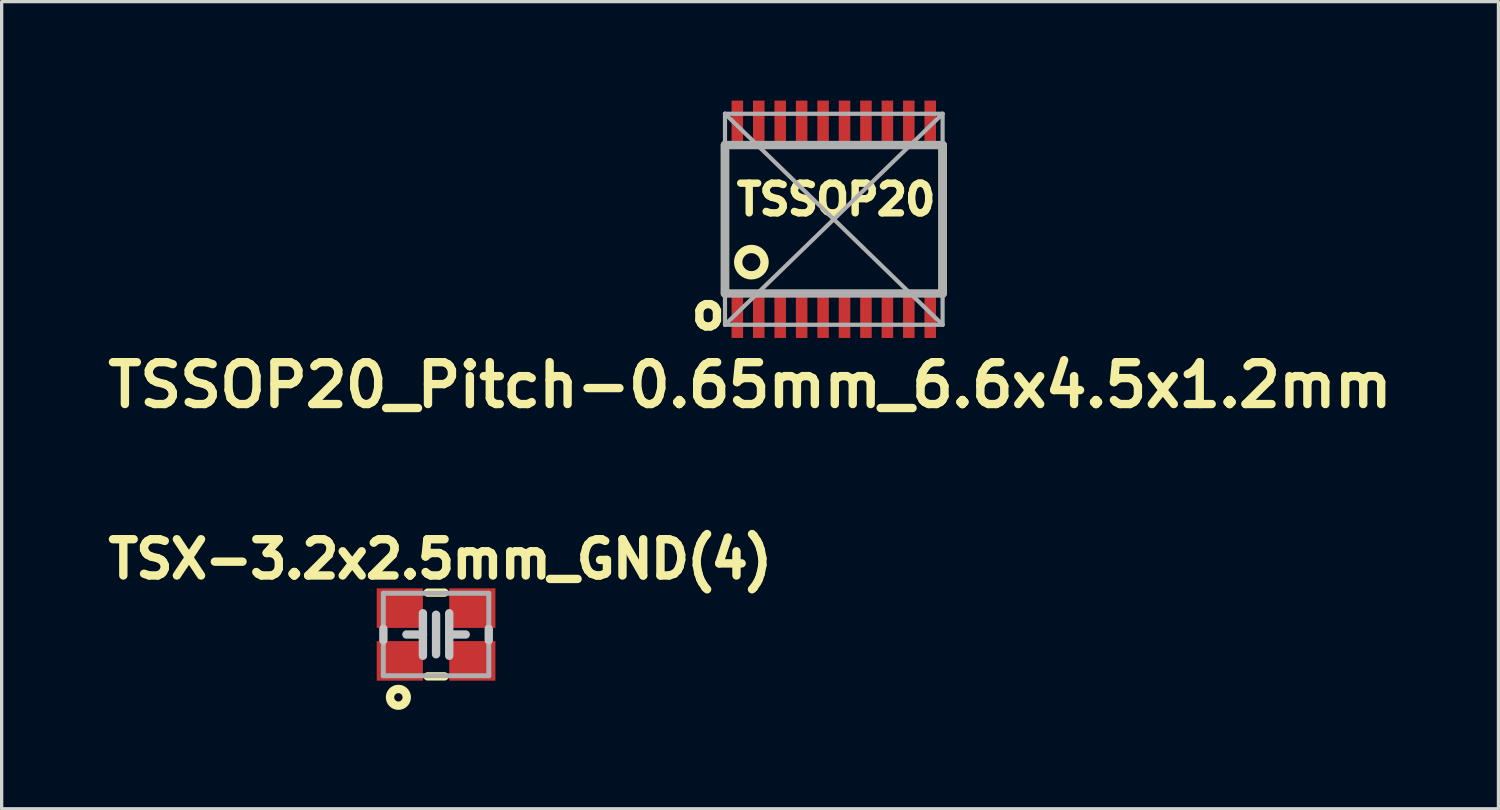
<source format=kicad_pcb>
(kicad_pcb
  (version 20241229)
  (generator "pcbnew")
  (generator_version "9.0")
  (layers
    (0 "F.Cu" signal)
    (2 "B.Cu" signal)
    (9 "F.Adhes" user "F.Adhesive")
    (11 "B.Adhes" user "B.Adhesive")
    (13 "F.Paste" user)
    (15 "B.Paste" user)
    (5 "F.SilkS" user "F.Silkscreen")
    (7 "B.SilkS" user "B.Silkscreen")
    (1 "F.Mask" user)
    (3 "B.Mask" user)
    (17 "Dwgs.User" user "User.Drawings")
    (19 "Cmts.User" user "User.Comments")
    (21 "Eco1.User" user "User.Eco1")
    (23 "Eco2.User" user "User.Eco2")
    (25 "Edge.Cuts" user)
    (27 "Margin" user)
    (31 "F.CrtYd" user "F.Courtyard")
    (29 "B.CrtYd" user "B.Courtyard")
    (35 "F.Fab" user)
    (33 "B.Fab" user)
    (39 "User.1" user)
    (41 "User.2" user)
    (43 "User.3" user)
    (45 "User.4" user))
  (footprint "TSSOP20_Pitch-0.65mm_6.6x4.5x1.2mm"
    (layer "F.Cu")
    (at 22.237 3.6)
    (property "Reference" "TSSOP20_Pitch-0.65mm_6.6x4.5x1.2mm" (at -2.54 5.029 0) (layer "F.SilkS") (effects (font (size 1.27 1.27) (thickness 0.254))))
    (attr smd)
    (fp_line (start -3.3 -2.25) (end -3.3 2.25) (stroke (width 0.254) (type solid)) (layer "F.SilkS"))
    (fp_line (start 3.3 -2.25) (end 3.3 2.25) (stroke (width 0.254) (type solid)) (layer "F.SilkS"))
    (fp_circle (center -2.5 1.3) (end -2.1 1.3) (stroke (width 0.254) (type solid)) (fill no) (layer "F.SilkS"))
    (fp_line (start -3.3 -3.2) (end 3.3 -3.2) (stroke (width 0.127) (type solid)) (layer "F.Fab"))
    (fp_line (start -3.3 -3.2) (end 3.3 3.2) (stroke (width 0.127) (type solid)) (layer "F.Fab"))
    (fp_line (start -3.3 -2.25) (end -3.3 -3.2) (stroke (width 0.127) (type solid)) (layer "F.Fab"))
    (fp_line (start -3.3 -2.25) (end 3.3 -2.25) (stroke (width 0.254) (type solid)) (layer "F.Fab"))
    (fp_line (start -3.3 2.25) (end -3.3 -2.25) (stroke (width 0.254) (type solid)) (layer "F.Fab"))
    (fp_line (start -3.3 3.2) (end -3.3 2.25) (stroke (width 0.127) (type solid)) (layer "F.Fab"))
    (fp_line (start 3.3 -3.2) (end -3.3 3.2) (stroke (width 0.127) (type solid)) (layer "F.Fab"))
    (fp_line (start 3.3 -3.2) (end 3.3 -2.25) (stroke (width 0.127) (type solid)) (layer "F.Fab"))
    (fp_line (start 3.3 -2.25) (end 3.3 2.25) (stroke (width 0.254) (type solid)) (layer "F.Fab"))
    (fp_line (start 3.3 2.25) (end -3.3 2.25) (stroke (width 0.254) (type solid)) (layer "F.Fab"))
    (fp_line (start 3.3 2.25) (end 3.3 3.2) (stroke (width 0.127) (type solid)) (layer "F.Fab"))
    (fp_line (start 3.3 3.2) (end -3.3 3.2) (stroke (width 0.127) (type solid)) (layer "F.Fab"))
    (fp_text user "o" (at -3.81 2.794 0) (layer "F.SilkS") (effects (font (size 1.016 1.016) (thickness 0.254))))
    (fp_text user "TSSOP20" (at 0.07 -0.6 0) (layer "F.SilkS") (effects (font (size 0.9 0.9) (thickness 0.225))))
    (pad "1" smd rect (at -2.925 2.9) (size 0.35 1.4) (layers "F.Cu" "F.Mask" "F.Paste"))
    (pad "2" smd rect (at -2.275 2.9) (size 0.35 1.4) (layers "F.Cu" "F.Mask" "F.Paste"))
    (pad "3" smd rect (at -1.625 2.9) (size 0.35 1.4) (layers "F.Cu" "F.Mask" "F.Paste"))
    (pad "4" smd rect (at -0.975 2.9) (size 0.35 1.4) (layers "F.Cu" "F.Mask" "F.Paste"))
    (pad "5" smd rect (at -0.325 2.9) (size 0.35 1.4) (layers "F.Cu" "F.Mask" "F.Paste"))
    (pad "6" smd rect (at 0.325 2.9) (size 0.35 1.4) (layers "F.Cu" "F.Mask" "F.Paste"))
    (pad "7" smd rect (at 0.975 2.9) (size 0.35 1.4) (layers "F.Cu" "F.Mask" "F.Paste"))
    (pad "8" smd rect (at 1.625 2.9) (size 0.35 1.4) (layers "F.Cu" "F.Mask" "F.Paste"))
    (pad "9" smd rect (at 2.275 2.9) (size 0.35 1.4) (layers "F.Cu" "F.Mask" "F.Paste"))
    (pad "10" smd rect (at 2.925 2.9) (size 0.35 1.4) (layers "F.Cu" "F.Mask" "F.Paste"))
    (pad "11" smd rect (at 2.925 -2.9) (size 0.35 1.4) (layers "F.Cu" "F.Mask" "F.Paste"))
    (pad "12" smd rect (at 2.275 -2.9) (size 0.35 1.4) (layers "F.Cu" "F.Mask" "F.Paste"))
    (pad "13" smd rect (at 1.625 -2.9) (size 0.35 1.4) (layers "F.Cu" "F.Mask" "F.Paste"))
    (pad "14" smd rect (at 0.975 -2.9) (size 0.35 1.4) (layers "F.Cu" "F.Mask" "F.Paste"))
    (pad "15" smd rect (at 0.325 -2.9) (size 0.35 1.4) (layers "F.Cu" "F.Mask" "F.Paste"))
    (pad "16" smd rect (at -0.325 -2.9) (size 0.35 1.4) (layers "F.Cu" "F.Mask" "F.Paste"))
    (pad "17" smd rect (at -0.975 -2.9) (size 0.35 1.4) (layers "F.Cu" "F.Mask" "F.Paste"))
    (pad "18" smd rect (at -1.625 -2.9) (size 0.35 1.4) (layers "F.Cu" "F.Mask" "F.Paste"))
    (pad "19" smd rect (at -2.275 -2.9) (size 0.35 1.4) (layers "F.Cu" "F.Mask" "F.Paste"))
    (pad "20" smd rect (at -2.925 -2.9) (size 0.35 1.4) (layers "F.Cu" "F.Mask" "F.Paste")))
  (footprint "TSX-3.2x2.5mm_GND(4)"
    (layer "F.Cu")
    (at 10.175 16.193)
    (property "Reference" "TSX-3.2x2.5mm_GND(4)" (at 0.127 -2.286 0) (layer "F.SilkS") (effects (font (size 1.1 1.1) (thickness 0.254))))
    (attr smd)
    (fp_line (start 0.254 -1.27) (end -0.254 -1.27) (stroke (width 0.254) (type solid)) (layer "F.SilkS"))
    (fp_line (start 0.254 1.27) (end -0.254 1.27) (stroke (width 0.254) (type solid)) (layer "F.SilkS"))
    (fp_circle (center -1.143 1.905) (end -1.143 2.159) (stroke (width 0.254) (type solid)) (fill no) (layer "F.SilkS"))
    (fp_line (start -1.598 0.173) (end -1.598 -0.173) (stroke (width 0.254) (type solid)) (layer "Dwgs.User"))
    (fp_line (start -0.399 -0.645) (end -0.399 0) (stroke (width 0.254) (type solid)) (layer "Dwgs.User"))
    (fp_line (start -0.399 0) (end -0.899 0) (stroke (width 0.254) (type solid)) (layer "Dwgs.User"))
    (fp_line (start -0.399 0) (end -0.399 0.645) (stroke (width 0.254) (type solid)) (layer "Dwgs.User"))
    (fp_line (start 0 0.599) (end 0 -0.599) (stroke (width 0.254) (type solid)) (layer "Dwgs.User"))
    (fp_line (start 0.399 -0.645) (end 0.399 0) (stroke (width 0.254) (type solid)) (layer "Dwgs.User"))
    (fp_line (start 0.399 0) (end 0.399 0.645) (stroke (width 0.254) (type solid)) (layer "Dwgs.User"))
    (fp_line (start 0.399 0) (end 0.899 0) (stroke (width 0.254) (type solid)) (layer "Dwgs.User"))
    (fp_line (start 1.598 -0.173) (end 1.598 0.173) (stroke (width 0.254) (type solid)) (layer "Dwgs.User"))
    (fp_line (start -1.6 -1.25) (end 1.6 -1.25) (stroke (width 0.15) (type solid)) (layer "F.Fab"))
    (fp_line (start -1.6 1.25) (end -1.6 -1.25) (stroke (width 0.15) (type solid)) (layer "F.Fab"))
    (fp_line (start 1.6 -1.25) (end 1.6 1.25) (stroke (width 0.15) (type solid)) (layer "F.Fab"))
    (fp_line (start 1.6 1.25) (end -1.6 1.25) (stroke (width 0.15) (type solid)) (layer "F.Fab"))
    (pad "1" smd rect (at -1.1 0.8) (size 1.4 1.2) (layers "F.Cu" "F.Mask" "F.Paste"))
    (pad "2" smd rect (at 1.1 0.8) (size 1.4 1.2) (layers "F.Cu" "F.Mask" "F.Paste"))
    (pad "3" smd rect (at 1.1 -0.8) (size 1.4 1.2) (layers "F.Cu" "F.Mask" "F.Paste"))
    (pad "4" smd rect (at -1.1 -0.8) (size 1.4 1.2) (layers "F.Cu" "F.Mask" "F.Paste")))
  (gr_rect
    (start -3 -3)
    (end 42.394 21.479)
    (stroke (width 0.1) (type default))
    (fill no)
    (layer "Edge.Cuts")))
</source>
